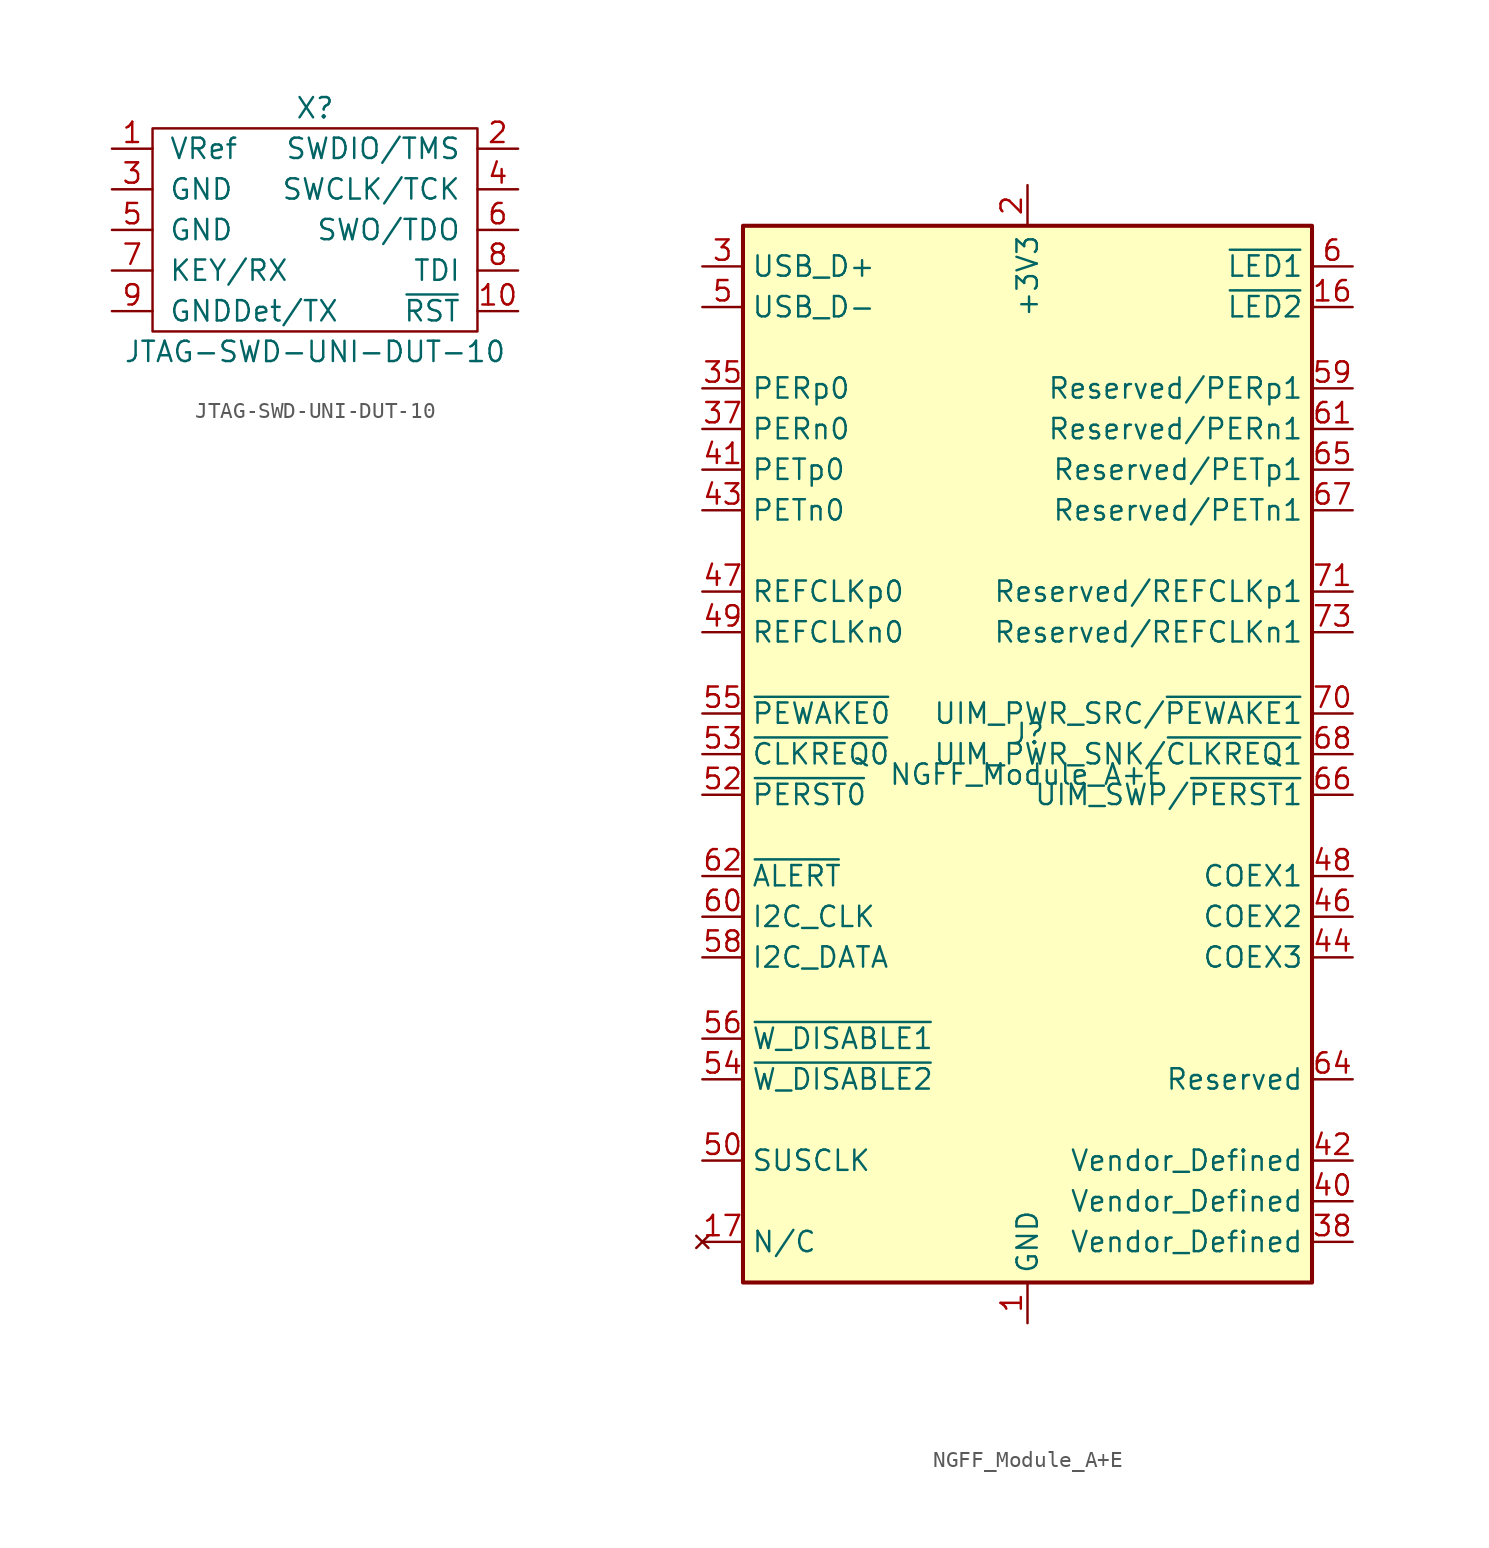
<source format=kicad_sym>
(kicad_symbol_lib
  (version 20211014)
  (generator kicad_symbol_editor)
  (symbol "JTAG-SWD-UNI-DUT-10"
    (pin_names
      (offset 1.016))
    (property "Reference" "X"
      (at 0 7.62 0)
      (effects (font (size 1.27 1.27))))
    (property "Value" "JTAG-SWD-UNI-DUT-10"
      (at 0 -7.62 0)
      (effects (font (size 1.27 1.27))))
    (symbol "JTAG-SWD-UNI-DUT-10_0_1"
      (rectangle (start -10.16 6.35) (end 10.16 -6.35) (stroke (width 0) (type default) (color 0 0 0 0)) (fill (type none))))
    (symbol "JTAG-SWD-UNI-DUT-10_1_1"
      (pin passive line (at -12.7 5.08 0) (length 2.54) (name "VRef" (effects (font (size 1.27 1.27)))) (number "1" (effects (font (size 1.27 1.27)))))
      (pin passive line (at 12.7 -5.08 180) (length 2.54) (name "~{RST}" (effects (font (size 1.27 1.27)))) (number "10" (effects (font (size 1.27 1.27)))))
      (pin passive line (at 12.7 5.08 180) (length 2.54) (name "SWDIO/TMS" (effects (font (size 1.27 1.27)))) (number "2" (effects (font (size 1.27 1.27)))))
      (pin passive line (at -12.7 2.54 0) (length 2.54) (name "GND" (effects (font (size 1.27 1.27)))) (number "3" (effects (font (size 1.27 1.27)))))
      (pin passive line (at 12.7 2.54 180) (length 2.54) (name "SWCLK/TCK" (effects (font (size 1.27 1.27)))) (number "4" (effects (font (size 1.27 1.27)))))
      (pin passive line (at -12.7 0 0) (length 2.54) (name "GND" (effects (font (size 1.27 1.27)))) (number "5" (effects (font (size 1.27 1.27)))))
      (pin passive line (at 12.7 0 180) (length 2.54) (name "SWO/TDO" (effects (font (size 1.27 1.27)))) (number "6" (effects (font (size 1.27 1.27)))))
      (pin passive line (at -12.7 -2.54 0) (length 2.54) (name "KEY/RX" (effects (font (size 1.27 1.27)))) (number "7" (effects (font (size 1.27 1.27)))))
      (pin passive line (at 12.7 -2.54 180) (length 2.54) (name "TDI" (effects (font (size 1.27 1.27)))) (number "8" (effects (font (size 1.27 1.27)))))
      (pin passive line (at -12.7 -5.08 0) (length 2.54) (name "GNDDet/TX" (effects (font (size 1.27 1.27)))) (number "9" (effects (font (size 1.27 1.27)))))))
  (symbol "NGFF_Module_A+E"
    (property "Reference" "J"
      (at 0 1.27 0)
      (effects (font (size 1.27 1.27))))
    (property "Value" "NGFF_Module_A+E"
      (at 0 -1.27 0)
      (effects (font (size 1.27 1.27))))
    (symbol "NGFF_Module_A+E_1_1"
      (rectangle (start -17.78 33.02) (end 17.78 -33.02) (stroke (width 0.254) (type default) (color 0 0 0 0)) (fill (type background)))
      (pin power_in line (at 0 -35.56 90) (length 2.54) (name "GND" (effects (font (size 1.27 1.27)))) (number "1" (effects (font (size 1.27 1.27)))))
      (pin input line (at 20.32 27.94 180) (length 2.54) (name "~{LED2}" (effects (font (size 1.27 1.27)))) (number "16" (effects (font (size 1.27 1.27)))))
      (pin no_connect line (at -20.32 -30.48 0) (length 2.54) (name "N/C" (effects (font (size 1.27 1.27)))) (number "17" (effects (font (size 1.27 1.27)))))
      (pin passive line (at 0 -35.56 90) (length 2.54) hide (name "GND" (effects (font (size 1.27 1.27)))) (number "18" (effects (font (size 1.27 1.27)))))
      (pin no_connect line (at -20.32 -30.48 0) (length 2.54) hide (name "N/C" (effects (font (size 1.27 1.27)))) (number "19" (effects (font (size 1.27 1.27)))))
      (pin power_in line (at 0 35.56 270) (length 2.54) (name "+3V3" (effects (font (size 1.27 1.27)))) (number "2" (effects (font (size 1.27 1.27)))))
      (pin no_connect line (at -20.32 -30.48 0) (length 2.54) hide (name "N/C" (effects (font (size 1.27 1.27)))) (number "20" (effects (font (size 1.27 1.27)))))
      (pin no_connect line (at -20.32 -30.48 0) (length 2.54) hide (name "N/C" (effects (font (size 1.27 1.27)))) (number "21" (effects (font (size 1.27 1.27)))))
      (pin no_connect line (at -20.32 -30.48 0) (length 2.54) hide (name "N/C" (effects (font (size 1.27 1.27)))) (number "22" (effects (font (size 1.27 1.27)))))
      (pin no_connect line (at -20.32 -30.48 0) (length 2.54) hide (name "N/C" (effects (font (size 1.27 1.27)))) (number "23" (effects (font (size 1.27 1.27)))))
      (pin bidirectional line (at -20.32 30.48 0) (length 2.54) (name "USB_D+" (effects (font (size 1.27 1.27)))) (number "3" (effects (font (size 1.27 1.27)))))
      (pin no_connect line (at -20.32 -30.48 0) (length 2.54) hide (name "N/C" (effects (font (size 1.27 1.27)))) (number "32" (effects (font (size 1.27 1.27)))))
      (pin passive line (at 0 -35.56 90) (length 2.54) hide (name "GND" (effects (font (size 1.27 1.27)))) (number "33" (effects (font (size 1.27 1.27)))))
      (pin no_connect line (at -20.32 -30.48 0) (length 2.54) hide (name "N/C" (effects (font (size 1.27 1.27)))) (number "34" (effects (font (size 1.27 1.27)))))
      (pin input line (at -20.32 22.86 0) (length 2.54) (name "PERp0" (effects (font (size 1.27 1.27)))) (number "35" (effects (font (size 1.27 1.27)))))
      (pin no_connect line (at -20.32 -30.48 0) (length 2.54) hide (name "N/C" (effects (font (size 1.27 1.27)))) (number "36" (effects (font (size 1.27 1.27)))))
      (pin input line (at -20.32 20.32 0) (length 2.54) (name "PERn0" (effects (font (size 1.27 1.27)))) (number "37" (effects (font (size 1.27 1.27)))))
      (pin unspecified line (at 20.32 -30.48 180) (length 2.54) (name "Vendor_Defined" (effects (font (size 1.27 1.27)))) (number "38" (effects (font (size 1.27 1.27)))))
      (pin passive line (at 0 -35.56 90) (length 2.54) hide (name "GND" (effects (font (size 1.27 1.27)))) (number "39" (effects (font (size 1.27 1.27)))))
      (pin passive line (at 0 35.56 270) (length 2.54) hide (name "+3V3" (effects (font (size 1.27 1.27)))) (number "4" (effects (font (size 1.27 1.27)))))
      (pin unspecified line (at 20.32 -27.94 180) (length 2.54) (name "Vendor_Defined" (effects (font (size 1.27 1.27)))) (number "40" (effects (font (size 1.27 1.27)))))
      (pin output line (at -20.32 17.78 0) (length 2.54) (name "PETp0" (effects (font (size 1.27 1.27)))) (number "41" (effects (font (size 1.27 1.27)))))
      (pin unspecified line (at 20.32 -25.4 180) (length 2.54) (name "Vendor_Defined" (effects (font (size 1.27 1.27)))) (number "42" (effects (font (size 1.27 1.27)))))
      (pin output line (at -20.32 15.24 0) (length 2.54) (name "PETn0" (effects (font (size 1.27 1.27)))) (number "43" (effects (font (size 1.27 1.27)))))
      (pin passive line (at 20.32 -12.7 180) (length 2.54) (name "COEX3" (effects (font (size 1.27 1.27)))) (number "44" (effects (font (size 1.27 1.27)))))
      (pin passive line (at 0 -35.56 90) (length 2.54) hide (name "GND" (effects (font (size 1.27 1.27)))) (number "45" (effects (font (size 1.27 1.27)))))
      (pin passive line (at 20.32 -10.16 180) (length 2.54) (name "COEX2" (effects (font (size 1.27 1.27)))) (number "46" (effects (font (size 1.27 1.27)))))
      (pin output line (at -20.32 10.16 0) (length 2.54) (name "REFCLKp0" (effects (font (size 1.27 1.27)))) (number "47" (effects (font (size 1.27 1.27)))))
      (pin passive line (at 20.32 -7.62 180) (length 2.54) (name "COEX1" (effects (font (size 1.27 1.27)))) (number "48" (effects (font (size 1.27 1.27)))))
      (pin output line (at -20.32 7.62 0) (length 2.54) (name "REFCLKn0" (effects (font (size 1.27 1.27)))) (number "49" (effects (font (size 1.27 1.27)))))
      (pin bidirectional line (at -20.32 27.94 0) (length 2.54) (name "USB_D-" (effects (font (size 1.27 1.27)))) (number "5" (effects (font (size 1.27 1.27)))))
      (pin output line (at -20.32 -25.4 0) (length 2.54) (name "SUSCLK" (effects (font (size 1.27 1.27)))) (number "50" (effects (font (size 1.27 1.27)))))
      (pin passive line (at 0 -35.56 90) (length 2.54) hide (name "GND" (effects (font (size 1.27 1.27)))) (number "51" (effects (font (size 1.27 1.27)))))
      (pin output line (at -20.32 -2.54 0) (length 2.54) (name "~{PERST0}" (effects (font (size 1.27 1.27)))) (number "52" (effects (font (size 1.27 1.27)))))
      (pin input line (at -20.32 0 0) (length 2.54) (name "~{CLKREQ0}" (effects (font (size 1.27 1.27)))) (number "53" (effects (font (size 1.27 1.27)))))
      (pin output line (at -20.32 -20.32 0) (length 2.54) (name "~{W_DISABLE2}" (effects (font (size 1.27 1.27)))) (number "54" (effects (font (size 1.27 1.27)))))
      (pin open_collector line (at -20.32 2.54 0) (length 2.54) (name "~{PEWAKE0}" (effects (font (size 1.27 1.27)))) (number "55" (effects (font (size 1.27 1.27)))))
      (pin output line (at -20.32 -17.78 0) (length 2.54) (name "~{W_DISABLE1}" (effects (font (size 1.27 1.27)))) (number "56" (effects (font (size 1.27 1.27)))))
      (pin passive line (at 0 -35.56 90) (length 2.54) hide (name "GND" (effects (font (size 1.27 1.27)))) (number "57" (effects (font (size 1.27 1.27)))))
      (pin bidirectional line (at -20.32 -12.7 0) (length 2.54) (name "I2C_DATA" (effects (font (size 1.27 1.27)))) (number "58" (effects (font (size 1.27 1.27)))))
      (pin input line (at 20.32 22.86 180) (length 2.54) (name "Reserved/PERp1" (effects (font (size 1.27 1.27)))) (number "59" (effects (font (size 1.27 1.27)))))
      (pin input line (at 20.32 30.48 180) (length 2.54) (name "~{LED1}" (effects (font (size 1.27 1.27)))) (number "6" (effects (font (size 1.27 1.27)))))
      (pin output line (at -20.32 -10.16 0) (length 2.54) (name "I2C_CLK" (effects (font (size 1.27 1.27)))) (number "60" (effects (font (size 1.27 1.27)))))
      (pin input line (at 20.32 20.32 180) (length 2.54) (name "Reserved/PERn1" (effects (font (size 1.27 1.27)))) (number "61" (effects (font (size 1.27 1.27)))))
      (pin input line (at -20.32 -7.62 0) (length 2.54) (name "~{ALERT}" (effects (font (size 1.27 1.27)))) (number "62" (effects (font (size 1.27 1.27)))))
      (pin passive line (at 0 -35.56 90) (length 2.54) hide (name "GND" (effects (font (size 1.27 1.27)))) (number "63" (effects (font (size 1.27 1.27)))))
      (pin unspecified line (at 20.32 -20.32 180) (length 2.54) (name "Reserved" (effects (font (size 1.27 1.27)))) (number "64" (effects (font (size 1.27 1.27)))))
      (pin output line (at 20.32 17.78 180) (length 2.54) (name "Reserved/PETp1" (effects (font (size 1.27 1.27)))) (number "65" (effects (font (size 1.27 1.27)))))
      (pin bidirectional line (at 20.32 -2.54 180) (length 2.54) (name "UIM_SWP/~{PERST1}" (effects (font (size 1.27 1.27)))) (number "66" (effects (font (size 1.27 1.27)))))
      (pin output line (at 20.32 15.24 180) (length 2.54) (name "Reserved/PETn1" (effects (font (size 1.27 1.27)))) (number "67" (effects (font (size 1.27 1.27)))))
      (pin input line (at 20.32 0 180) (length 2.54) (name "UIM_PWR_SNK/~{CLKREQ1}" (effects (font (size 1.27 1.27)))) (number "68" (effects (font (size 1.27 1.27)))))
      (pin passive line (at 0 -35.56 90) (length 2.54) hide (name "GND" (effects (font (size 1.27 1.27)))) (number "69" (effects (font (size 1.27 1.27)))))
      (pin passive line (at 0 -35.56 90) (length 2.54) hide (name "GND" (effects (font (size 1.27 1.27)))) (number "7" (effects (font (size 1.27 1.27)))))
      (pin output line (at 20.32 2.54 180) (length 2.54) (name "UIM_PWR_SRC/~{PEWAKE1}" (effects (font (size 1.27 1.27)))) (number "70" (effects (font (size 1.27 1.27)))))
      (pin output line (at 20.32 10.16 180) (length 2.54) (name "Reserved/REFCLKp1" (effects (font (size 1.27 1.27)))) (number "71" (effects (font (size 1.27 1.27)))))
      (pin passive line (at 0 35.56 270) (length 2.54) hide (name "+3V3" (effects (font (size 1.27 1.27)))) (number "72" (effects (font (size 1.27 1.27)))))
      (pin output line (at 20.32 7.62 180) (length 2.54) (name "Reserved/REFCLKn1" (effects (font (size 1.27 1.27)))) (number "73" (effects (font (size 1.27 1.27)))))
      (pin passive line (at 0 35.56 270) (length 2.54) hide (name "+3V3" (effects (font (size 1.27 1.27)))) (number "74" (effects (font (size 1.27 1.27)))))
      (pin passive line (at 0 -35.56 90) (length 2.54) hide (name "GND" (effects (font (size 1.27 1.27)))) (number "75" (effects (font (size 1.27 1.27))))))))
</source>
